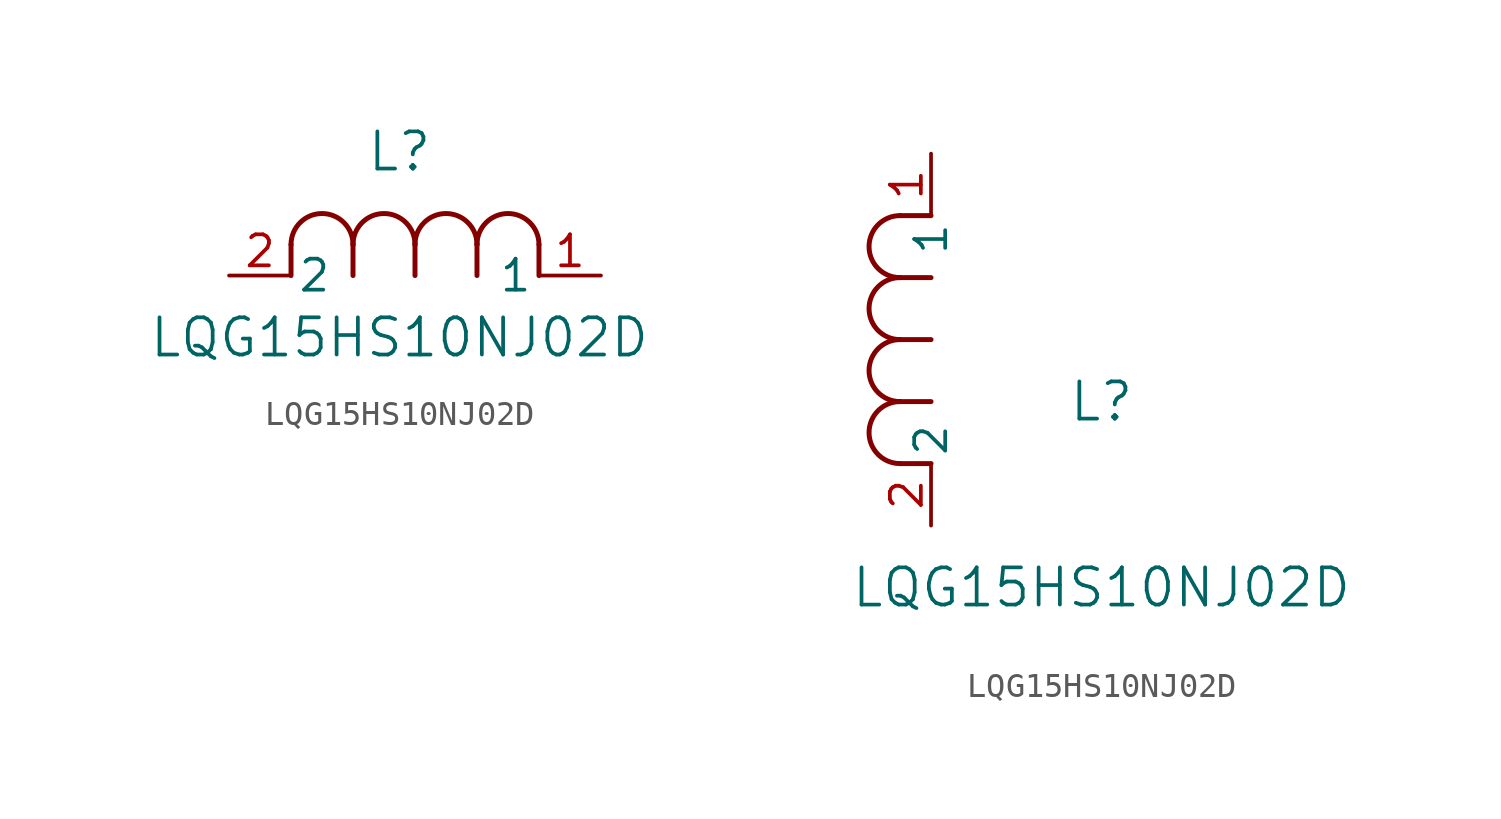
<source format=kicad_sym>
(kicad_symbol_lib
  (version 20211014)
  (generator kicad_symbol_editor)
  (symbol "LQG15HS10NJ02D"
    (pin_names
      (offset 0.254))
    (property "Reference" "L"
      (at 6.985 5.08 0)
      (effects (font (size 1.524 1.524))))
    (property "Value" "LQG15HS10NJ02D"
      (at 6.985 -2.54 0)
      (effects (font (size 1.524 1.524))))
    (symbol "LQG15HS10NJ02D_1_1"
      (arc (start 7.62 1.27) (mid 6.35 2.54) (end 5.08 1.27) (stroke (width 0.2032) (type default) (color 0 0 0 0)) (fill (type none)))
      (polyline (pts (xy 5.08 0) (xy 5.08 1.27)) (stroke (width 0.203) (type default) (color 0 0 0 0)) (fill (type none)))
      (polyline (pts (xy 7.62 0) (xy 7.62 1.27)) (stroke (width 0.203) (type default) (color 0 0 0 0)) (fill (type none)))
      (polyline (pts (xy 12.7 0) (xy 12.7 1.27)) (stroke (width 0.203) (type default) (color 0 0 0 0)) (fill (type none)))
      (arc (start 5.08 1.27) (mid 3.81 2.54) (end 2.54 1.27) (stroke (width 0.2032) (type default) (color 0 0 0 0)) (fill (type none)))
      (arc (start 10.16 1.27) (mid 8.89 2.54) (end 7.62 1.27) (stroke (width 0.2032) (type default) (color 0 0 0 0)) (fill (type none)))
      (arc (start 12.7 1.27) (mid 11.43 2.54) (end 10.16 1.27) (stroke (width 0.2032) (type default) (color 0 0 0 0)) (fill (type none)))
      (polyline (pts (xy 2.54 0) (xy 2.54 1.27)) (stroke (width 0.203) (type default) (color 0 0 0 0)) (fill (type none)))
      (polyline (pts (xy 10.16 0) (xy 10.16 1.27)) (stroke (width 0.203) (type default) (color 0 0 0 0)) (fill (type none)))
      (pin unspecified line (at 0 0 0) (length 2.54) (name "2" (effects (font (size 1.27 1.27)))) (number "2" (effects (font (size 1.27 1.27)))))
      (pin unspecified line (at 15.24 0 180) (length 2.54) (name "1" (effects (font (size 1.27 1.27)))) (number "1" (effects (font (size 1.27 1.27))))))
    (symbol "LQG15HS10NJ02D_1_2"
      (arc (start -1.27 7.62) (mid -2.54 6.35) (end -1.27 5.08) (stroke (width 0.2032) (type default) (color 0 0 0 0)) (fill (type none)))
      (arc (start -1.27 5.08) (mid -2.54 3.81) (end -1.27 2.54) (stroke (width 0.2032) (type default) (color 0 0 0 0)) (fill (type none)))
      (arc (start -1.27 12.7) (mid -2.54 11.43) (end -1.27 10.16) (stroke (width 0.2032) (type default) (color 0 0 0 0)) (fill (type none)))
      (arc (start -1.27 10.16) (mid -2.54 8.89) (end -1.27 7.62) (stroke (width 0.2032) (type default) (color 0 0 0 0)) (fill (type none)))
      (polyline (pts (xy 0 7.62) (xy -1.27 7.62)) (stroke (width 0.203) (type default) (color 0 0 0 0)) (fill (type none)))
      (polyline (pts (xy 0 5.08) (xy -1.27 5.08)) (stroke (width 0.203) (type default) (color 0 0 0 0)) (fill (type none)))
      (polyline (pts (xy 0 12.7) (xy -1.27 12.7)) (stroke (width 0.203) (type default) (color 0 0 0 0)) (fill (type none)))
      (polyline (pts (xy 0 2.54) (xy -1.27 2.54)) (stroke (width 0.203) (type default) (color 0 0 0 0)) (fill (type none)))
      (polyline (pts (xy 0 10.16) (xy -1.27 10.16)) (stroke (width 0.203) (type default) (color 0 0 0 0)) (fill (type none)))
      (pin unspecified line (at 0 0 90) (length 2.54) (name "2" (effects (font (size 1.27 1.27)))) (number "2" (effects (font (size 1.27 1.27)))))
      (pin unspecified line (at 0 15.24 270) (length 2.54) (name "1" (effects (font (size 1.27 1.27)))) (number "1" (effects (font (size 1.27 1.27))))))))
</source>
